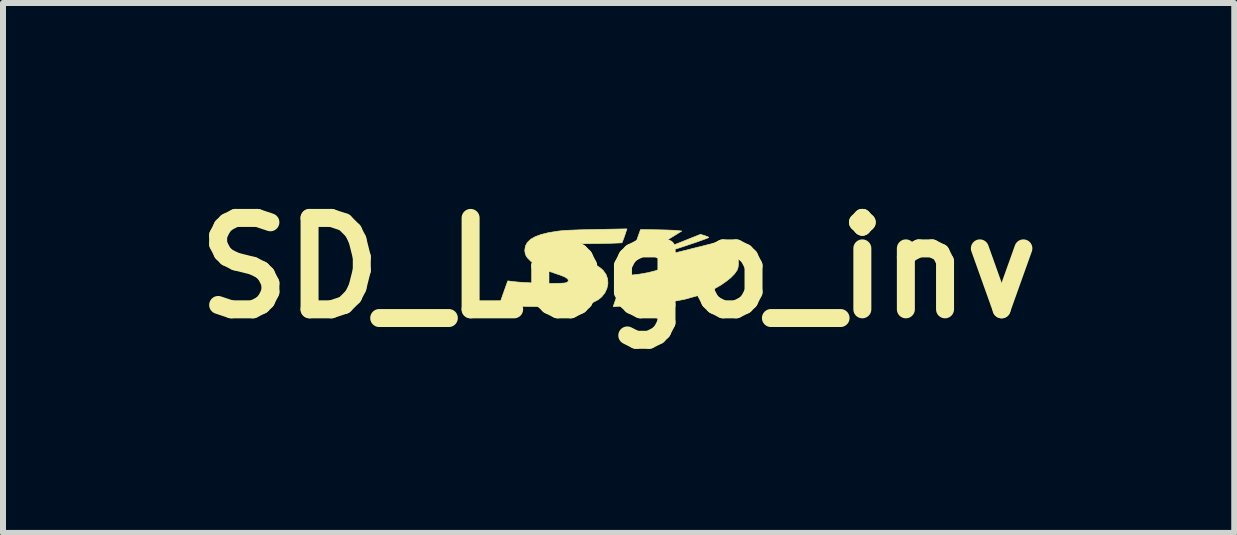
<source format=kicad_pcb>
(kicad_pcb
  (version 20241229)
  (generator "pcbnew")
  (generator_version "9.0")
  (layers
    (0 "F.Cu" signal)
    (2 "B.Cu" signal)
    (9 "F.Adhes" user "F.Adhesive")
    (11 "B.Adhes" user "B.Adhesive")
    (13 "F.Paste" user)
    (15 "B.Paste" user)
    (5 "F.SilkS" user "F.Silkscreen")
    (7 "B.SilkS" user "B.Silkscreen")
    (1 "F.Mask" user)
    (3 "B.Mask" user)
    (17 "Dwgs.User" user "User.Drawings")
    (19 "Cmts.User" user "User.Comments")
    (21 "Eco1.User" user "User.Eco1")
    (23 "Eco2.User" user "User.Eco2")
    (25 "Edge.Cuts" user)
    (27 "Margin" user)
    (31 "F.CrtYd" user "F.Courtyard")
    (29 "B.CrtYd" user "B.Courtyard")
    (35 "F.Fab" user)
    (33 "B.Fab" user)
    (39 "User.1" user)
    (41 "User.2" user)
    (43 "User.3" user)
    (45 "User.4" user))
  (footprint "SD_Logo_inv"
    (layer "F.Cu")
    (at 7.264 1.418)
    (property "Reference" "SD_Logo_inv" (at 0 0 0) (layer "F.SilkS") (effects (font (size 1.524 1.524) (thickness 0.3))))
    (attr through_hole)
    (fp_poly (pts (xy 0.637 -0.637) (xy 0.723 -0.635) (xy 0.805 -0.633) (xy 0.877 -0.63) (xy 0.936 -0.628) (xy 0.976 -0.625) (xy 0.981 -0.624) (xy 1.054 -0.616) (xy 0.853 -0.492) (xy 0.789 -0.453) (xy 0.734 -0.419) (xy 0.689 -0.393) (xy 0.659 -0.376) (xy 0.647 -0.37) (xy 0.632 -0.373) (xy 0.6 -0.38) (xy 0.559 -0.388) (xy 0.502 -0.397) (xy 0.435 -0.404) (xy 0.379 -0.406) (xy 0.282 -0.406) (xy 0.366 -0.641) (xy 0.637 -0.637)) (stroke (width 0.01) (type solid)) (fill yes) (layer "F.SilkS"))
    (fp_poly (pts (xy 1.431 -0.541) (xy 1.469 -0.527) (xy 1.496 -0.516) (xy 1.504 -0.51) (xy 1.494 -0.504) (xy 1.463 -0.491) (xy 1.413 -0.472) (xy 1.349 -0.449) (xy 1.273 -0.422) (xy 1.188 -0.394) (xy 1.182 -0.392) (xy 1.085 -0.359) (xy 1.008 -0.334) (xy 0.951 -0.316) (xy 0.908 -0.304) (xy 0.878 -0.297) (xy 0.857 -0.294) (xy 0.843 -0.295) (xy 0.833 -0.3) (xy 0.825 -0.305) (xy 0.815 -0.313) (xy 0.808 -0.319) (xy 0.806 -0.326) (xy 0.814 -0.334) (xy 0.831 -0.344) (xy 0.862 -0.358) (xy 0.908 -0.378) (xy 0.972 -0.404) (xy 1.056 -0.437) (xy 1.105 -0.457) (xy 1.365 -0.561) (xy 1.431 -0.541)) (stroke (width 0.01) (type solid)) (fill yes) (layer "F.SilkS"))
    (fp_poly (pts (xy 1.768 -0.394) (xy 1.839 -0.345) (xy 1.902 -0.289) (xy 1.952 -0.232) (xy 1.978 -0.192) (xy 1.995 -0.135) (xy 1.999 -0.069) (xy 1.991 -0.005) (xy 1.975 0.038) (xy 1.934 0.097) (xy 1.872 0.161) (xy 1.792 0.225) (xy 1.7 0.288) (xy 1.598 0.346) (xy 1.491 0.397) (xy 1.487 0.399) (xy 1.306 0.465) (xy 1.104 0.521) (xy 0.881 0.565) (xy 0.639 0.599) (xy 0.379 0.621) (xy 0.222 0.628) (xy 0.147 0.631) (xy 0.077 0.634) (xy 0.018 0.638) (xy -0.024 0.64) (xy -0.041 0.642) (xy -0.072 0.645) (xy -0.088 0.644) (xy -0.089 0.643) (xy -0.085 0.63) (xy -0.074 0.598) (xy -0.058 0.55) (xy -0.037 0.492) (xy -0.015 0.427) (xy 0.009 0.359) (xy 0.032 0.294) (xy 0.052 0.235) (xy 0.07 0.187) (xy 0.078 0.163) (xy 0.086 0.146) (xy 0.099 0.135) (xy 0.123 0.128) (xy 0.163 0.123) (xy 0.188 0.121) (xy 0.343 0.104) (xy 0.485 0.079) (xy 0.612 0.047) (xy 0.72 0.009) (xy 0.807 -0.035) (xy 0.819 -0.043) (xy 0.873 -0.087) (xy 0.907 -0.134) (xy 0.92 -0.179) (xy 0.915 -0.208) (xy 0.909 -0.233) (xy 0.92 -0.244) (xy 0.937 -0.25) (xy 0.958 -0.255) (xy 1 -0.266) (xy 1.06 -0.281) (xy 1.134 -0.299) (xy 1.219 -0.321) (xy 1.311 -0.344) (xy 1.332 -0.349) (xy 1.692 -0.44) (xy 1.768 -0.394)) (stroke (width 0.01) (type solid)) (fill yes) (layer "F.SilkS"))
    (fp_poly (pts (xy 0.102 -0.54) (xy 0.084 -0.49) (xy 0.069 -0.45) (xy 0.059 -0.425) (xy 0.056 -0.42) (xy 0.042 -0.419) (xy 0.006 -0.417) (xy -0.051 -0.415) (xy -0.125 -0.412) (xy -0.214 -0.41) (xy -0.314 -0.408) (xy -0.424 -0.407) (xy -0.48 -0.406) (xy -0.613 -0.404) (xy -0.723 -0.402) (xy -0.813 -0.4) (xy -0.884 -0.398) (xy -0.94 -0.396) (xy -0.982 -0.393) (xy -1.013 -0.389) (xy -1.036 -0.385) (xy -1.052 -0.38) (xy -1.057 -0.378) (xy -1.092 -0.357) (xy -1.105 -0.333) (xy -1.105 -0.33) (xy -1.098 -0.312) (xy -1.076 -0.293) (xy -1.037 -0.273) (xy -0.978 -0.25) (xy -0.9 -0.223) (xy -0.798 -0.193) (xy -0.774 -0.186) (xy -0.65 -0.149) (xy -0.548 -0.116) (xy -0.465 -0.086) (xy -0.397 -0.056) (xy -0.343 -0.027) (xy -0.298 0.004) (xy -0.261 0.037) (xy -0.258 0.041) (xy -0.21 0.107) (xy -0.183 0.182) (xy -0.178 0.26) (xy -0.194 0.339) (xy -0.229 0.415) (xy -0.283 0.483) (xy -0.337 0.527) (xy -0.416 0.569) (xy -0.518 0.601) (xy -0.643 0.625) (xy -0.737 0.635) (xy -0.804 0.639) (xy -0.892 0.642) (xy -0.996 0.644) (xy -1.114 0.645) (xy -1.24 0.645) (xy -1.37 0.644) (xy -1.5 0.642) (xy -1.626 0.639) (xy -1.743 0.635) (xy -1.757 0.634) (xy -1.83 0.631) (xy -1.894 0.627) (xy -1.944 0.624) (xy -1.976 0.622) (xy -1.987 0.62) (xy -1.984 0.607) (xy -1.974 0.575) (xy -1.958 0.526) (xy -1.937 0.466) (xy -1.919 0.415) (xy -1.848 0.215) (xy -1.803 0.221) (xy -1.741 0.229) (xy -1.664 0.236) (xy -1.575 0.242) (xy -1.48 0.247) (xy -1.38 0.252) (xy -1.279 0.255) (xy -1.182 0.257) (xy -1.091 0.257) (xy -1.011 0.256) (xy -0.945 0.254) (xy -0.897 0.25) (xy -0.869 0.245) (xy -0.867 0.244) (xy -0.84 0.222) (xy -0.837 0.199) (xy -0.858 0.174) (xy -0.903 0.147) (xy -0.973 0.119) (xy -1.065 0.088) (xy -1.184 0.047) (xy -1.293 -0.002) (xy -1.387 -0.055) (xy -1.464 -0.112) (xy -1.521 -0.17) (xy -1.545 -0.208) (xy -1.558 -0.245) (xy -1.564 -0.289) (xy -1.564 -0.298) (xy -1.554 -0.366) (xy -1.521 -0.426) (xy -1.467 -0.478) (xy -1.39 -0.522) (xy -1.29 -0.559) (xy -1.167 -0.589) (xy -1.02 -0.613) (xy -0.94 -0.622) (xy -0.896 -0.625) (xy -0.83 -0.629) (xy -0.747 -0.632) (xy -0.65 -0.636) (xy -0.544 -0.639) (xy -0.432 -0.641) (xy -0.334 -0.643) (xy 0.139 -0.652) (xy 0.102 -0.54)) (stroke (width 0.01) (type solid)) (fill yes) (layer "F.SilkS")))
  (gr_rect
    (start -3 -3)
    (end 17.529 5.836)
    (stroke (width 0.1) (type default))
    (fill no)
    (layer "Edge.Cuts")))
</source>
